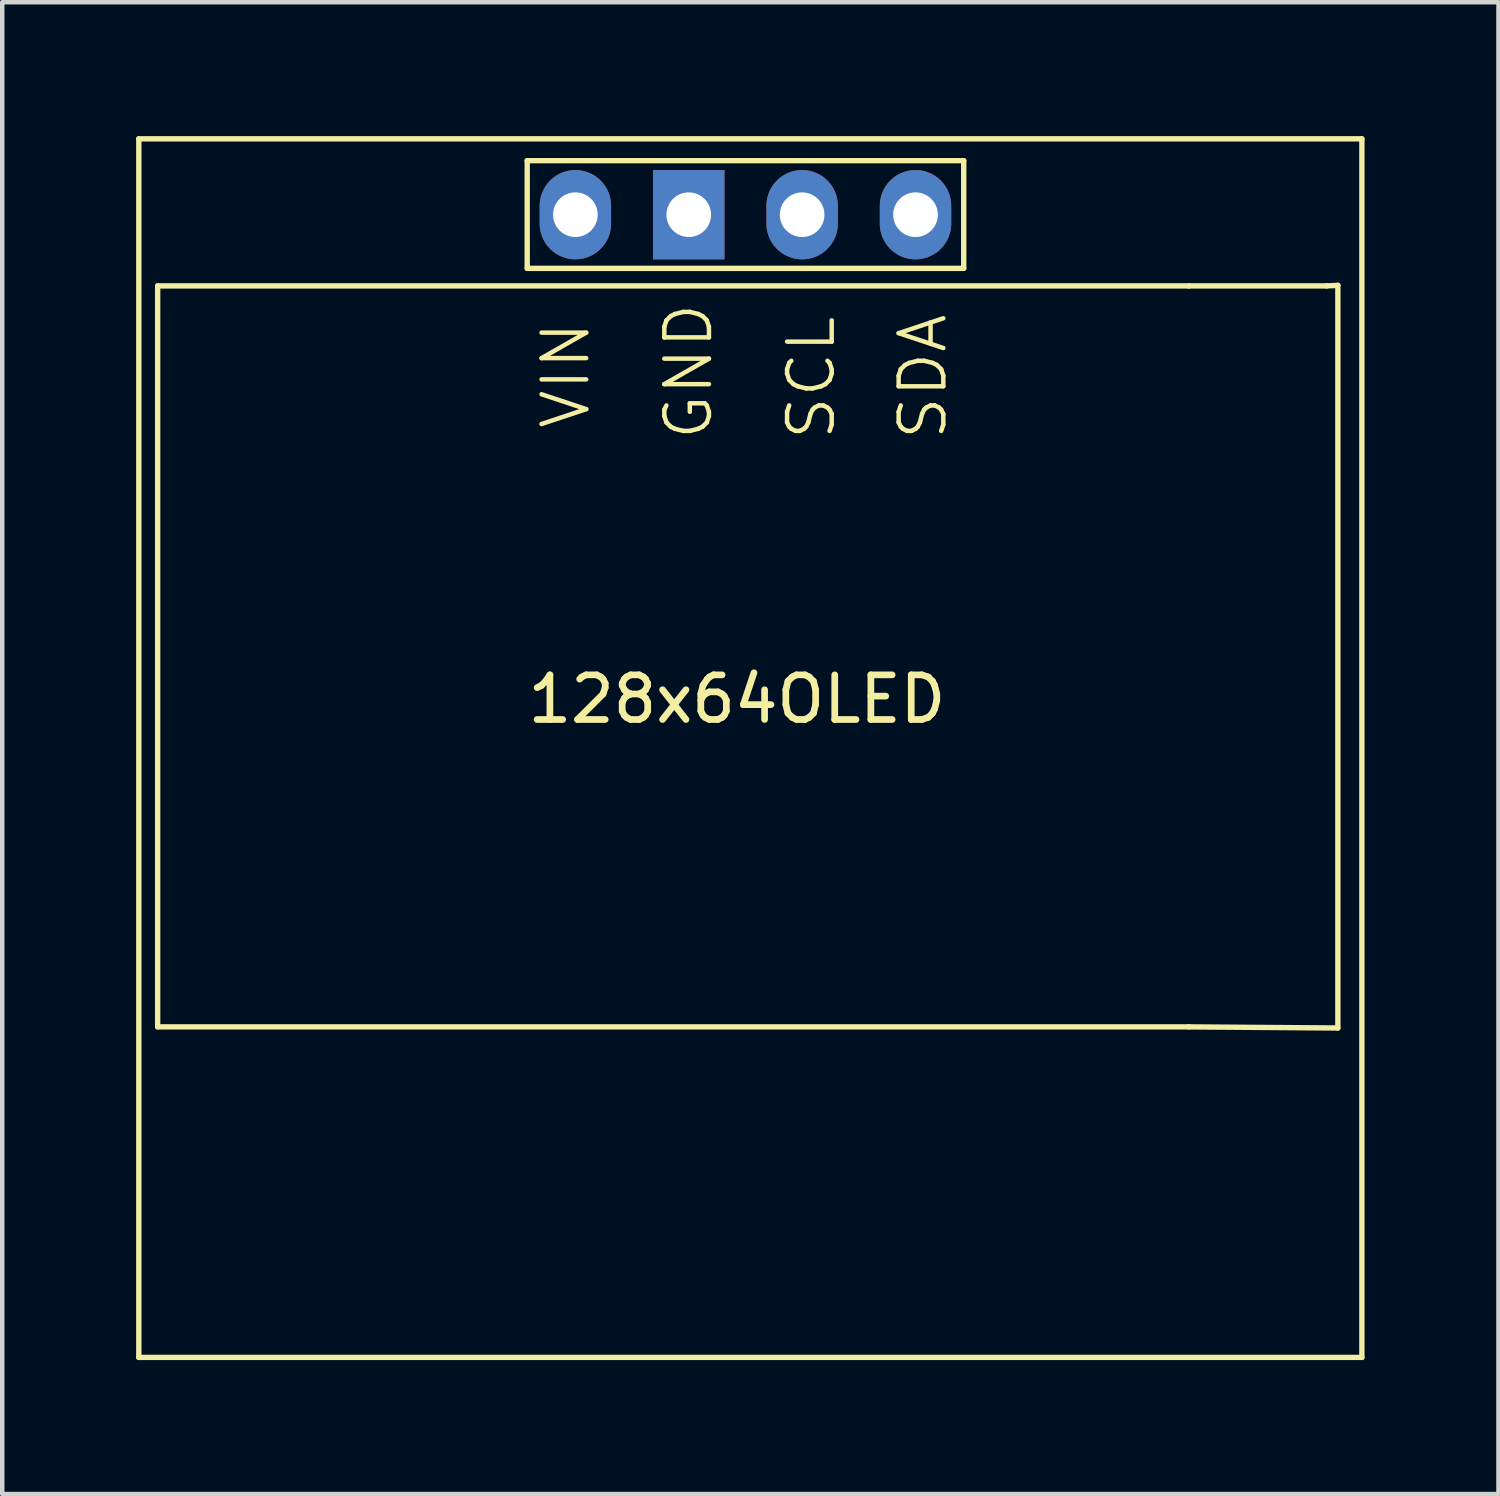
<source format=kicad_pcb>
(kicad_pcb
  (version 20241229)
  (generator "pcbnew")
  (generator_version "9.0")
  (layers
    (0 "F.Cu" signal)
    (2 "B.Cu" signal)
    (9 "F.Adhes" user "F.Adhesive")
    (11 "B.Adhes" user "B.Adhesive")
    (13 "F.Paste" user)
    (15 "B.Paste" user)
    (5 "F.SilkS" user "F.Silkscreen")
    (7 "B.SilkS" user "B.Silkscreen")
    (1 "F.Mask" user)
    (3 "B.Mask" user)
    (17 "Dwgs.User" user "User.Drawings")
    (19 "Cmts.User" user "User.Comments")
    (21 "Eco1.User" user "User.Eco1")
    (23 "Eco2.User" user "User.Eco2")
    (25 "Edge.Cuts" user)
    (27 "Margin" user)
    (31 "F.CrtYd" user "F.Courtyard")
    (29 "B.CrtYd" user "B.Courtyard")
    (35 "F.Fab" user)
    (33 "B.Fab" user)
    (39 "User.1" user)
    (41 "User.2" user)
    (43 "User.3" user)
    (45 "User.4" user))
  (footprint "128x64OLED"
    (layer "F.Cu")
    (at 13.46 12.36)
    (property "Reference" "128x64OLED" (at 0 0.254 0) (layer "F.SilkS") (effects (font (size 1 1) (thickness 0.15))))
    (attr through_hole)
    (fp_line (start -13.4 -12.3) (end 14 -12.3) (stroke (width 0.12) (type solid)) (layer "F.SilkS"))
    (fp_line (start -13.4 15) (end -13.4 -12.3) (stroke (width 0.12) (type solid)) (layer "F.SilkS"))
    (fp_line (start -12.978 -9.005) (end 10.122 -9.005) (stroke (width 0.12) (type solid)) (layer "F.SilkS"))
    (fp_line (start -12.978 7.595) (end -12.978 -9.005) (stroke (width 0.12) (type solid)) (layer "F.SilkS"))
    (fp_line (start -4.699 -11.811) (end -4.699 -9.398) (stroke (width 0.12) (type solid)) (layer "F.SilkS"))
    (fp_line (start -4.699 -11.811) (end 5.08 -11.811) (stroke (width 0.12) (type solid)) (layer "F.SilkS"))
    (fp_line (start 5.08 -11.811) (end 5.08 -9.398) (stroke (width 0.12) (type solid)) (layer "F.SilkS"))
    (fp_line (start 5.08 -9.398) (end -4.699 -9.398) (stroke (width 0.12) (type solid)) (layer "F.SilkS"))
    (fp_line (start 10.122 -9.005) (end 13.208 -9.005) (stroke (width 0.12) (type solid)) (layer "F.SilkS"))
    (fp_line (start 10.122 7.595) (end -12.978 7.595) (stroke (width 0.12) (type solid)) (layer "F.SilkS"))
    (fp_line (start 10.122 7.595) (end 13.462 7.62) (stroke (width 0.12) (type solid)) (layer "F.SilkS"))
    (fp_line (start 13.462 -9.017) (end 13.208 -9.005) (stroke (width 0.12) (type solid)) (layer "F.SilkS"))
    (fp_line (start 13.462 7.62) (end 13.462 -9.017) (stroke (width 0.12) (type solid)) (layer "F.SilkS"))
    (fp_line (start 14 -12.3) (end 14 15) (stroke (width 0.12) (type solid)) (layer "F.SilkS"))
    (fp_line (start 14 15) (end -13.4 15) (stroke (width 0.12) (type solid)) (layer "F.SilkS"))
    (fp_text user "VIN" (at -3.25 -5.75 90) (unlocked yes) (layer "F.SilkS") (effects (font (size 1 1) (thickness 0.1)) (justify left bottom)))
    (fp_text user "GND" (at -0.5 -5.5 90) (unlocked yes) (layer "F.SilkS") (effects (font (size 1 1) (thickness 0.1)) (justify left bottom)))
    (fp_text user "SDA" (at 4.75 -5.5 90) (unlocked yes) (layer "F.SilkS") (effects (font (size 1 1) (thickness 0.1)) (justify left bottom)))
    (fp_text user "SCL" (at 2.25 -5.5 90) (unlocked yes) (layer "F.SilkS") (effects (font (size 1 1) (thickness 0.1)) (justify left bottom)))
    (pad "1" thru_hole oval (at -3.62 -10.6 90) (size 2 1.6) (drill 1) (layers "*.Cu" "*.Mask"))
    (pad "2" thru_hole rect (at -1.08 -10.6 90) (size 2 1.6) (drill 1) (layers "*.Cu" "*.Mask"))
    (pad "3" thru_hole oval (at 1.46 -10.6 90) (size 2 1.6) (drill 1) (layers "*.Cu" "*.Mask"))
    (pad "4" thru_hole oval (at 4 -10.6 90) (size 2 1.6) (drill 1) (layers "*.Cu" "*.Mask")))
  (gr_rect
    (start -3 -3)
    (end 30.52 30.42)
    (stroke (width 0.1) (type default))
    (fill no)
    (layer "Edge.Cuts")))
</source>
